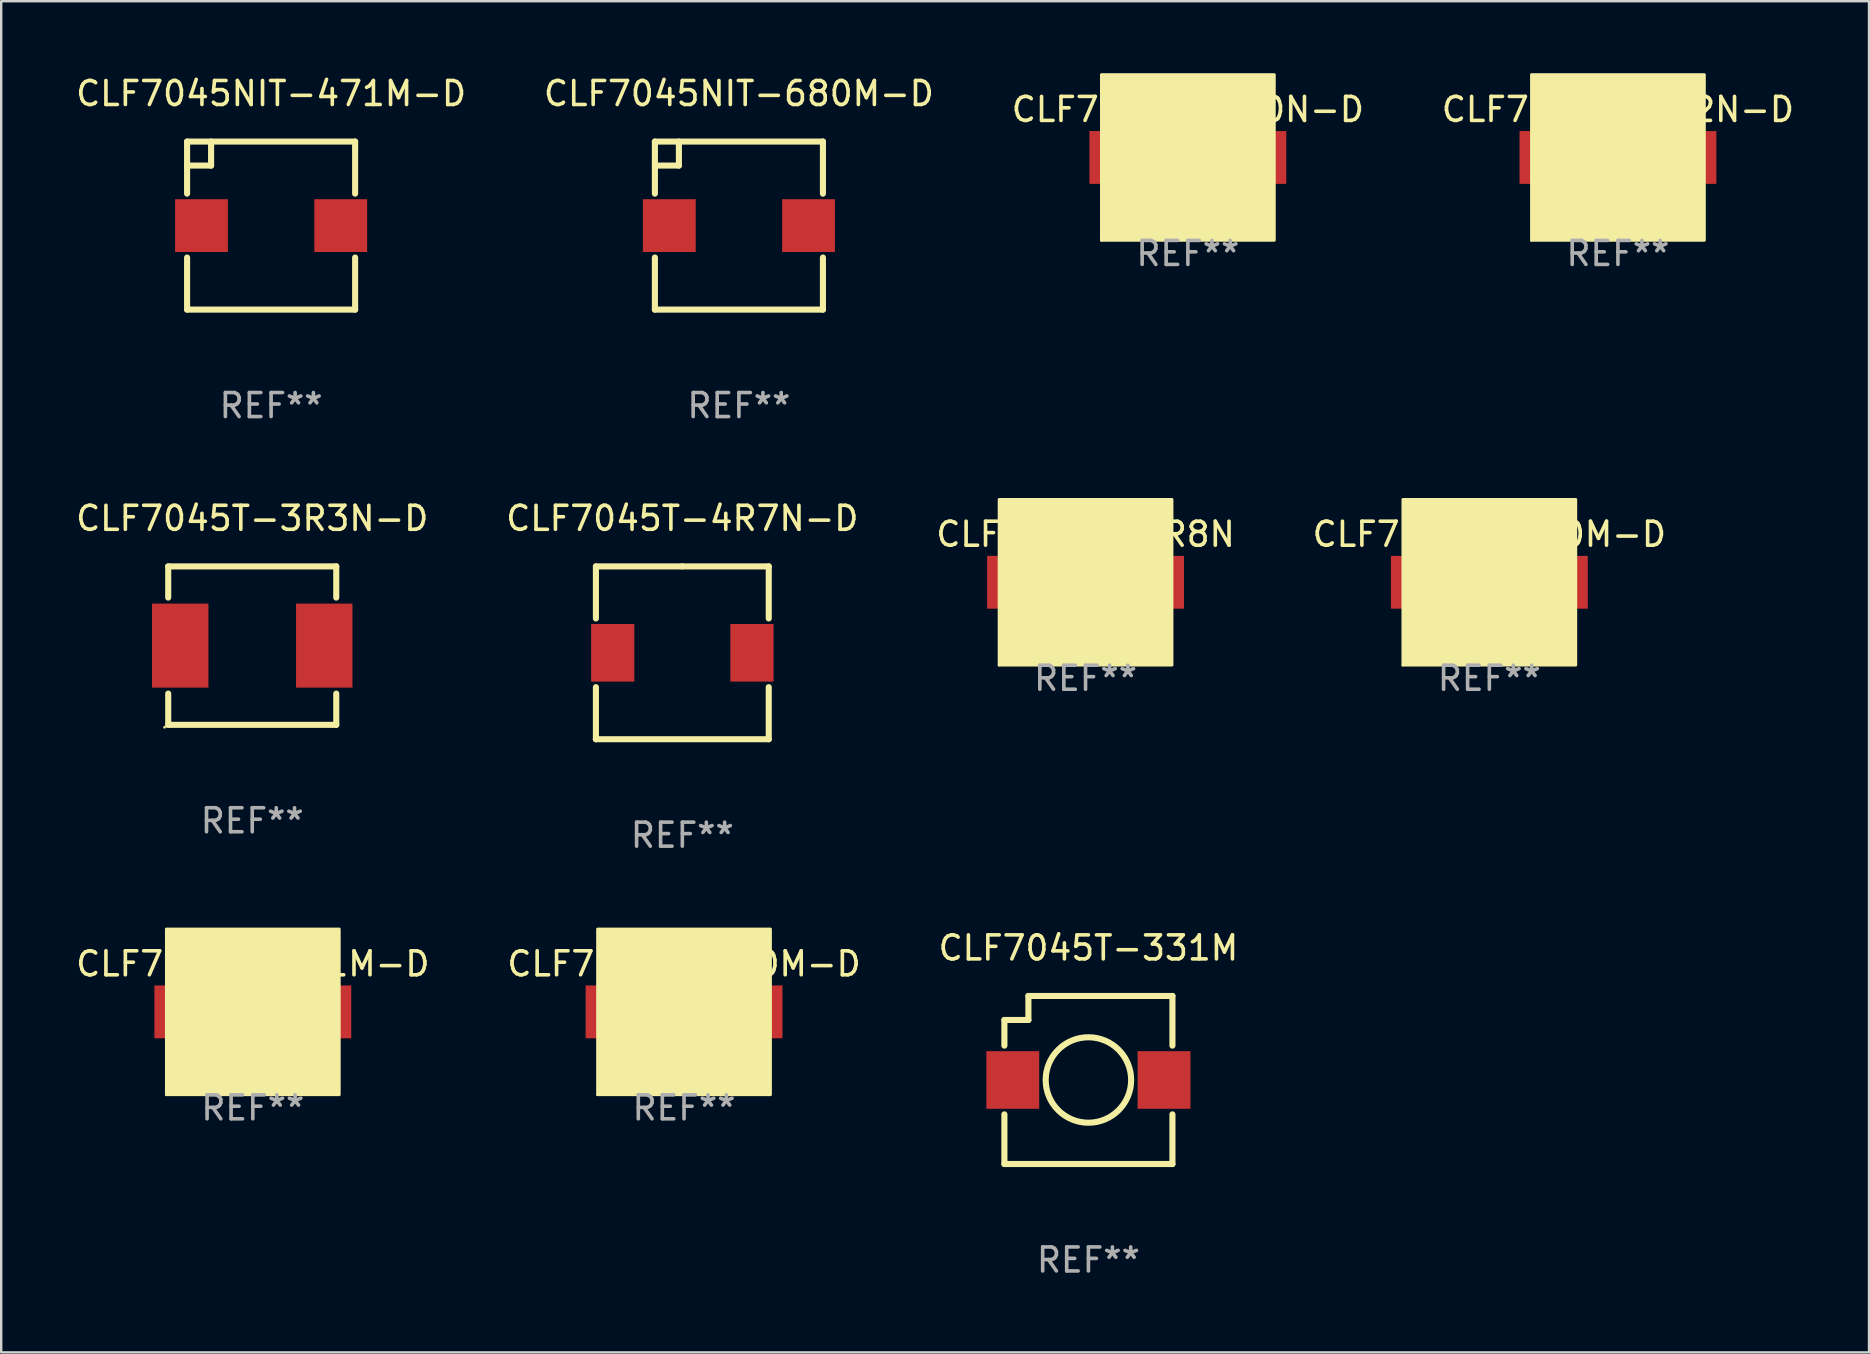
<source format=kicad_pcb>
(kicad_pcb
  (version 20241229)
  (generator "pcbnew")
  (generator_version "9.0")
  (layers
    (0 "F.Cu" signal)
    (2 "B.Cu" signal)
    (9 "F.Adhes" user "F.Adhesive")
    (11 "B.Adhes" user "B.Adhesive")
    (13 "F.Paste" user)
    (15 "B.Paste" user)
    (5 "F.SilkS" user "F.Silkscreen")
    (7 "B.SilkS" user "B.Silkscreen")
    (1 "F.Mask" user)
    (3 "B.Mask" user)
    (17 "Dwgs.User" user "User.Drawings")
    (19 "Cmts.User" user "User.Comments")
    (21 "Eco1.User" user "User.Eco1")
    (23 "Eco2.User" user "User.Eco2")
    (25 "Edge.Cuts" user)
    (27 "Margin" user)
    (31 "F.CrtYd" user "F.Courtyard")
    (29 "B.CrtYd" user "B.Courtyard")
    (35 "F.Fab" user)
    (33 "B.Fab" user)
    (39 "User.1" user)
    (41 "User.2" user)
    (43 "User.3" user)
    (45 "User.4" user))
  (footprint "CLF7045T-101M-D"
    (layer "F.Cu")
    (at 7.482 39.103)
    (property "Reference" "CLF7045T-101M-D" (at 0 -2 0) (layer "F.SilkS") (effects (font (size 1 1) (thickness 0.15))))
    (attr through_hole)
    (fp_circle (center -3.6 3.45) (end -3.57 3.45) (stroke (width 0.06) (type solid)) (fill no) (layer "F.SilkS"))
    (fp_poly (pts (xy -3.6 -3.45) (xy 3.6 -3.45) (xy 3.6 3.45) (xy -3.6 3.45)) (stroke (width 0.12) (type solid)) (fill yes) (layer "F.SilkS"))
    (fp_text user "REF**" (at 0 4 0) (layer "F.Fab") (effects (font (size 1 1) (thickness 0.15))))
    (pad "1" smd rect (at -3 0) (size 2.2 2.2) (layers "F.Cu" "F.Mask" "F.Paste"))
    (pad "2" smd rect (at 3 0) (size 2.2 2.2) (layers "F.Cu" "F.Mask" "F.Paste")))
  (footprint "CLF7045T-2R2N-D"
    (layer "F.Cu")
    (at 64.351 3.51)
    (property "Reference" "CLF7045T-2R2N-D" (at 0 -2 0) (layer "F.SilkS") (effects (font (size 1 1) (thickness 0.15))))
    (attr through_hole)
    (fp_circle (center -3.6 3.45) (end -3.57 3.45) (stroke (width 0.06) (type solid)) (fill no) (layer "F.SilkS"))
    (fp_poly (pts (xy -3.6 -3.45) (xy 3.6 -3.45) (xy 3.6 3.45) (xy -3.6 3.45)) (stroke (width 0.12) (type solid)) (fill yes) (layer "F.SilkS"))
    (fp_text user "REF**" (at 0 4 0) (layer "F.Fab") (effects (font (size 1 1) (thickness 0.15))))
    (pad "1" smd rect (at -3 0) (size 2.2 2.2) (layers "F.Cu" "F.Mask" "F.Paste"))
    (pad "2" smd rect (at 3 0) (size 2.2 2.2) (layers "F.Cu" "F.Mask" "F.Paste")))
  (footprint "CLF7045T-331M"
    (layer "F.Cu")
    (at 42.292 41.941)
    (property "Reference" "CLF7045T-331M" (at 0 -5.5 0) (layer "F.SilkS") (effects (font (size 1 1) (thickness 0.15))))
    (attr through_hole)
    (fp_line (start -3.5 -2.5) (end -3.5 -1.431) (stroke (width 0.254) (type solid)) (layer "F.SilkS"))
    (fp_line (start -3.5 1.431) (end -3.5 3.5) (stroke (width 0.254) (type solid)) (layer "F.SilkS"))
    (fp_line (start -3.5 3.5) (end 3.5 3.5) (stroke (width 0.254) (type solid)) (layer "F.SilkS"))
    (fp_line (start -2.5 -3.5) (end -2.5 -2.5) (stroke (width 0.254) (type solid)) (layer "F.SilkS"))
    (fp_line (start -2.5 -2.5) (end -3.5 -2.5) (stroke (width 0.254) (type solid)) (layer "F.SilkS"))
    (fp_line (start 3.5 -3.5) (end -2.5 -3.5) (stroke (width 0.254) (type solid)) (layer "F.SilkS"))
    (fp_line (start 3.5 -1.431) (end 3.5 -3.5) (stroke (width 0.254) (type solid)) (layer "F.SilkS"))
    (fp_line (start 3.5 3.5) (end 3.5 1.431) (stroke (width 0.254) (type solid)) (layer "F.SilkS"))
    (fp_circle (center -3.5 3.5) (end -3.47 3.5) (stroke (width 0.06) (type solid)) (fill no) (layer "F.SilkS"))
    (fp_circle (center -0.000127 0) (end 1.78 0) (stroke (width 0.254) (type solid)) (fill no) (layer "F.SilkS"))
    (fp_text user "REF**" (at 0 7.5 0) (layer "F.Fab") (effects (font (size 1 1) (thickness 0.15))))
    (pad "1" smd rect (at -3.15 0) (size 2.2 2.4) (layers "F.Cu" "F.Mask" "F.Paste"))
    (pad "2" smd rect (at 3.15 0) (size 2.2 2.4) (layers "F.Cu" "F.Mask" "F.Paste")))
  (footprint "CLF7045NIT-680M-D"
    (layer "F.Cu")
    (at 27.732 6.348)
    (property "Reference" "CLF7045NIT-680M-D" (at 0 -5.5 0) (layer "F.SilkS") (effects (font (size 1 1) (thickness 0.15))))
    (attr through_hole)
    (fp_line (start -3.5 -3.5) (end 3.5 -3.5) (stroke (width 0.254) (type solid)) (layer "F.SilkS"))
    (fp_line (start -3.5 -1.331) (end -3.5 -3.5) (stroke (width 0.254) (type solid)) (layer "F.SilkS"))
    (fp_line (start -3.5 3.5) (end -3.5 1.331) (stroke (width 0.254) (type solid)) (layer "F.SilkS"))
    (fp_line (start -2.5 -2.5) (end -3.5 -2.5) (stroke (width 0.254) (type solid)) (layer "F.SilkS"))
    (fp_line (start -2.5 -2.5) (end -2.5 -3.5) (stroke (width 0.254) (type solid)) (layer "F.SilkS"))
    (fp_line (start 3.5 -3.5) (end 3.5 -1.331) (stroke (width 0.254) (type solid)) (layer "F.SilkS"))
    (fp_line (start 3.5 1.331) (end 3.5 3.5) (stroke (width 0.254) (type solid)) (layer "F.SilkS"))
    (fp_line (start 3.5 3.5) (end -3.5 3.5) (stroke (width 0.254) (type solid)) (layer "F.SilkS"))
    (fp_circle (center -3.5 3.5) (end -3.47 3.5) (stroke (width 0.06) (type solid)) (fill no) (layer "F.SilkS"))
    (fp_text user "REF**" (at 0 7.5 0) (layer "F.Fab") (effects (font (size 1 1) (thickness 0.15))))
    (pad "1" smd rect (at -2.9 0 90) (size 2.2 2.2) (layers "F.Cu" "F.Mask" "F.Paste"))
    (pad "2" smd rect (at 2.9 0 90) (size 2.2 2.2) (layers "F.Cu" "F.Mask" "F.Paste")))
  (footprint "CLF7045T-6R8N"
    (layer "F.Cu")
    (at 42.173 21.207)
    (property "Reference" "CLF7045T-6R8N" (at 0 -2 0) (layer "F.SilkS") (effects (font (size 1 1) (thickness 0.15))))
    (attr through_hole)
    (fp_circle (center -3.6 3.45) (end -3.57 3.45) (stroke (width 0.06) (type solid)) (fill no) (layer "F.SilkS"))
    (fp_poly (pts (xy -3.6 -3.45) (xy 3.6 -3.45) (xy 3.6 3.45) (xy -3.6 3.45)) (stroke (width 0.12) (type solid)) (fill yes) (layer "F.SilkS"))
    (fp_text user "REF**" (at 0 4 0) (layer "F.Fab") (effects (font (size 1 1) (thickness 0.15))))
    (pad "1" smd rect (at -3 0) (size 2.2 2.2) (layers "F.Cu" "F.Mask" "F.Paste"))
    (pad "2" smd rect (at 3 0) (size 2.2 2.2) (layers "F.Cu" "F.Mask" "F.Paste")))
  (footprint "CLF7045T-220M-D"
    (layer "F.Cu")
    (at 25.446 39.103)
    (property "Reference" "CLF7045T-220M-D" (at 0 -2 0) (layer "F.SilkS") (effects (font (size 1 1) (thickness 0.15))))
    (attr through_hole)
    (fp_circle (center -3.6 3.45) (end -3.57 3.45) (stroke (width 0.06) (type solid)) (fill no) (layer "F.SilkS"))
    (fp_poly (pts (xy -3.6 -3.45) (xy 3.6 -3.45) (xy 3.6 3.45) (xy -3.6 3.45)) (stroke (width 0.12) (type solid)) (fill yes) (layer "F.SilkS"))
    (fp_text user "REF**" (at 0 4 0) (layer "F.Fab") (effects (font (size 1 1) (thickness 0.15))))
    (pad "1" smd rect (at -3 0) (size 2.2 2.2) (layers "F.Cu" "F.Mask" "F.Paste"))
    (pad "2" smd rect (at 3 0) (size 2.2 2.2) (layers "F.Cu" "F.Mask" "F.Paste")))
  (footprint "CLF7045T-3R3N-D"
    (layer "F.Cu")
    (at 7.458 23.845)
    (property "Reference" "CLF7045T-3R3N-D" (at 0 -5.3 0) (layer "F.SilkS") (effects (font (size 1 1) (thickness 0.15))))
    (attr through_hole)
    (fp_line (start -3.5 3.3) (end 3.5 3.3) (stroke (width 0.254) (type solid)) (layer "F.SilkS"))
    (fp_line (start -3.5 -3.3) (end -3.5 -2) (stroke (width 0.254) (type solid)) (layer "F.SilkS"))
    (fp_line (start -3.5 -3.3) (end 3.5 -3.3) (stroke (width 0.254) (type solid)) (layer "F.SilkS"))
    (fp_line (start -3.5 2) (end -3.5 3.3) (stroke (width 0.254) (type solid)) (layer "F.SilkS"))
    (fp_line (start 3.5 -3.3) (end 3.5 -2) (stroke (width 0.254) (type solid)) (layer "F.SilkS"))
    (fp_line (start 3.5 2) (end 3.5 3.3) (stroke (width 0.254) (type solid)) (layer "F.SilkS"))
    (fp_circle (center -3.65 3.4) (end -3.62 3.4) (stroke (width 0.06) (type solid)) (fill no) (layer "F.SilkS"))
    (fp_text user "REF**" (at 0 7.3 0) (layer "F.Fab") (effects (font (size 1 1) (thickness 0.15))))
    (pad "1" smd rect (at -3 0) (size 2.35 3.5) (layers "F.Cu" "F.Mask" "F.Paste"))
    (pad "2" smd rect (at 3 0) (size 2.35 3.5) (layers "F.Cu" "F.Mask" "F.Paste")))
  (footprint "CLF7045T-1R0N-D"
    (layer "F.Cu")
    (at 46.435 3.51)
    (property "Reference" "CLF7045T-1R0N-D" (at 0 -2 0) (layer "F.SilkS") (effects (font (size 1 1) (thickness 0.15))))
    (attr through_hole)
    (fp_circle (center -3.6 3.45) (end -3.57 3.45) (stroke (width 0.06) (type solid)) (fill no) (layer "F.SilkS"))
    (fp_poly (pts (xy -3.6 -3.45) (xy 3.6 -3.45) (xy 3.6 3.45) (xy -3.6 3.45)) (stroke (width 0.12) (type solid)) (fill yes) (layer "F.SilkS"))
    (fp_text user "REF**" (at 0 4 0) (layer "F.Fab") (effects (font (size 1 1) (thickness 0.15))))
    (pad "1" smd rect (at -3 0) (size 2.2 2.2) (layers "F.Cu" "F.Mask" "F.Paste"))
    (pad "2" smd rect (at 3 0) (size 2.2 2.2) (layers "F.Cu" "F.Mask" "F.Paste")))
  (footprint "CLF7045NIT-471M-D"
    (layer "F.Cu")
    (at 8.244 6.348)
    (property "Reference" "CLF7045NIT-471M-D" (at 0 -5.5 0) (layer "F.SilkS") (effects (font (size 1 1) (thickness 0.15))))
    (attr through_hole)
    (fp_line (start -3.5 -3.5) (end 3.5 -3.5) (stroke (width 0.254) (type solid)) (layer "F.SilkS"))
    (fp_line (start -3.5 -1.331) (end -3.5 -3.5) (stroke (width 0.254) (type solid)) (layer "F.SilkS"))
    (fp_line (start -3.5 3.5) (end -3.5 1.331) (stroke (width 0.254) (type solid)) (layer "F.SilkS"))
    (fp_line (start -2.5 -2.5) (end -3.5 -2.5) (stroke (width 0.254) (type solid)) (layer "F.SilkS"))
    (fp_line (start -2.5 -2.5) (end -2.5 -3.5) (stroke (width 0.254) (type solid)) (layer "F.SilkS"))
    (fp_line (start 3.5 -3.5) (end 3.5 -1.331) (stroke (width 0.254) (type solid)) (layer "F.SilkS"))
    (fp_line (start 3.5 1.331) (end 3.5 3.5) (stroke (width 0.254) (type solid)) (layer "F.SilkS"))
    (fp_line (start 3.5 3.5) (end -3.5 3.5) (stroke (width 0.254) (type solid)) (layer "F.SilkS"))
    (fp_circle (center -3.5 3.5) (end -3.47 3.5) (stroke (width 0.06) (type solid)) (fill no) (layer "F.SilkS"))
    (fp_text user "REF**" (at 0 7.5 0) (layer "F.Fab") (effects (font (size 1 1) (thickness 0.15))))
    (pad "1" smd rect (at -2.9 0 90) (size 2.2 2.2) (layers "F.Cu" "F.Mask" "F.Paste"))
    (pad "2" smd rect (at 2.9 0 90) (size 2.2 2.2) (layers "F.Cu" "F.Mask" "F.Paste")))
  (footprint "CLF7045T-100M-D"
    (layer "F.Cu")
    (at 58.994 21.207)
    (property "Reference" "CLF7045T-100M-D" (at 0 -2 0) (layer "F.SilkS") (effects (font (size 1 1) (thickness 0.15))))
    (attr through_hole)
    (fp_circle (center -3.6 3.45) (end -3.57 3.45) (stroke (width 0.06) (type solid)) (fill no) (layer "F.SilkS"))
    (fp_poly (pts (xy -3.6 -3.45) (xy 3.6 -3.45) (xy 3.6 3.45) (xy -3.6 3.45)) (stroke (width 0.12) (type solid)) (fill yes) (layer "F.SilkS"))
    (fp_text user "REF**" (at 0 4 0) (layer "F.Fab") (effects (font (size 1 1) (thickness 0.15))))
    (pad "1" smd rect (at -3 0) (size 2.2 2.2) (layers "F.Cu" "F.Mask" "F.Paste"))
    (pad "2" smd rect (at 3 0) (size 2.2 2.2) (layers "F.Cu" "F.Mask" "F.Paste")))
  (footprint "CLF7045T-4R7N-D"
    (layer "F.Cu")
    (at 25.375 24.145)
    (property "Reference" "CLF7045T-4R7N-D" (at 0 -5.6 0) (layer "F.SilkS") (effects (font (size 1 1) (thickness 0.15))))
    (attr through_hole)
    (fp_line (start -3.6 -3.6) (end 0 -3.6) (stroke (width 0.254) (type solid)) (layer "F.SilkS"))
    (fp_line (start -3.6 -1.431) (end -3.6 -3.6) (stroke (width 0.254) (type solid)) (layer "F.SilkS"))
    (fp_line (start -3.6 3.6) (end -3.6 1.431) (stroke (width 0.254) (type solid)) (layer "F.SilkS"))
    (fp_line (start 0 -3.6) (end 3.6 -3.6) (stroke (width 0.254) (type solid)) (layer "F.SilkS"))
    (fp_line (start 3.6 -3.6) (end 3.6 -1.431) (stroke (width 0.254) (type solid)) (layer "F.SilkS"))
    (fp_line (start 3.6 1.431) (end 3.6 3.6) (stroke (width 0.254) (type solid)) (layer "F.SilkS"))
    (fp_line (start 3.6 3.6) (end -3.6 3.6) (stroke (width 0.254) (type solid)) (layer "F.SilkS"))
    (fp_circle (center -3.673 3.6) (end -3.643 3.6) (stroke (width 0.06) (type solid)) (fill no) (layer "F.SilkS"))
    (fp_text user "REF**" (at 0 7.6 0) (layer "F.Fab") (effects (font (size 1 1) (thickness 0.15))))
    (pad "1" smd rect (at -2.9 0) (size 1.8 2.4) (layers "F.Cu" "F.Mask" "F.Paste"))
    (pad "2" smd rect (at 2.9 0) (size 1.8 2.4) (layers "F.Cu" "F.Mask" "F.Paste")))
  (gr_rect
    (start -3 -3)
    (end 74.81 53.289)
    (stroke (width 0.1) (type default))
    (fill no)
    (layer "Edge.Cuts")))
</source>
